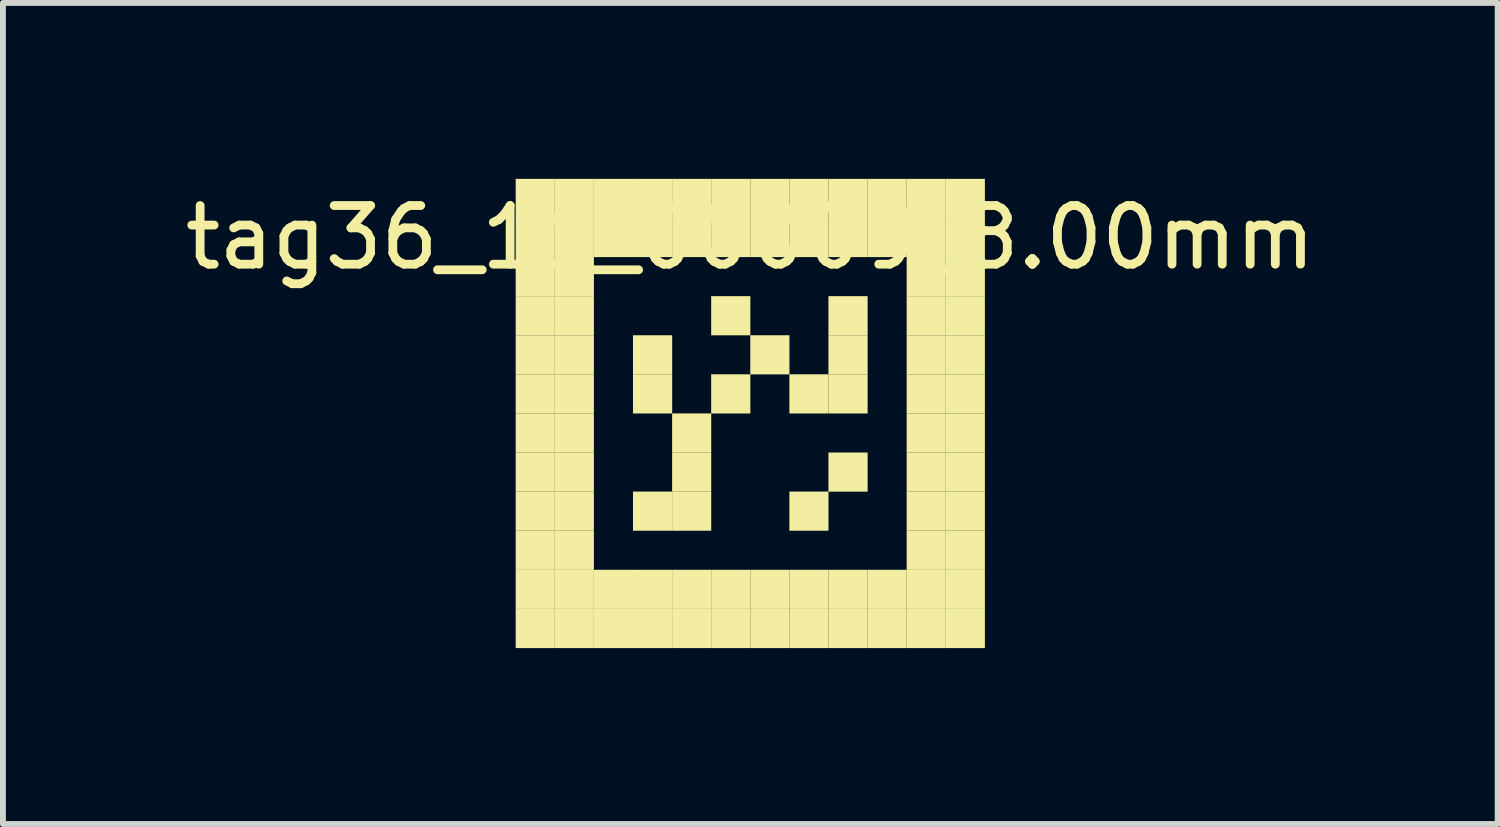
<source format=kicad_pcb>
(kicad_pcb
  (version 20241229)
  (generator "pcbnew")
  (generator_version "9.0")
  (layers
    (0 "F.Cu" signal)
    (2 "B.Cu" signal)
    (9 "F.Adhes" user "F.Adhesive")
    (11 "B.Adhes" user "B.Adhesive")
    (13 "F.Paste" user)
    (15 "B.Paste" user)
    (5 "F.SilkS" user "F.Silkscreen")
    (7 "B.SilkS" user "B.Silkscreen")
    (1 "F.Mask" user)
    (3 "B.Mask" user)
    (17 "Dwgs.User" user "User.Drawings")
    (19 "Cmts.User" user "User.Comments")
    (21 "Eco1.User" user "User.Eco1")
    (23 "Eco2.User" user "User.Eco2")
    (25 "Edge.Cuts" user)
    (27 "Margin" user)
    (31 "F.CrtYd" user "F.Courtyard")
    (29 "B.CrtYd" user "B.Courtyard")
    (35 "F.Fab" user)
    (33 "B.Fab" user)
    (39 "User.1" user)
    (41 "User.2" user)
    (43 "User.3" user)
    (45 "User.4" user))
  (footprint "tag36_11_00009_8.00mm"
    (layer "F.Cu")
    (at 9.744 4)
    (property "Reference" "tag36_11_00009_8.00mm" (at 0 -3 0) (layer "F.SilkS") (effects (font (size 1 1) (thickness 0.15))))
    (attr through_hole)
    (fp_poly (pts (xy -4 -4) (xy -3.333 -4) (xy -3.333 -3.333) (xy -4 -3.333)) (stroke (width 0.001) (type solid)) (fill yes) (layer "F.SilkS"))
    (fp_poly (pts (xy -4 -3.333) (xy -3.333 -3.333) (xy -3.333 -2.667) (xy -4 -2.667)) (stroke (width 0.001) (type solid)) (fill yes) (layer "F.SilkS"))
    (fp_poly (pts (xy -4 -2.667) (xy -3.333 -2.667) (xy -3.333 -2) (xy -4 -2)) (stroke (width 0.001) (type solid)) (fill yes) (layer "F.SilkS"))
    (fp_poly (pts (xy -4 -2) (xy -3.333 -2) (xy -3.333 -1.333) (xy -4 -1.333)) (stroke (width 0.001) (type solid)) (fill yes) (layer "F.SilkS"))
    (fp_poly (pts (xy -4 -1.333) (xy -3.333 -1.333) (xy -3.333 -0.667) (xy -4 -0.667)) (stroke (width 0.001) (type solid)) (fill yes) (layer "F.SilkS"))
    (fp_poly (pts (xy -4 -0.667) (xy -3.333 -0.667) (xy -3.333 0) (xy -4 0)) (stroke (width 0.001) (type solid)) (fill yes) (layer "F.SilkS"))
    (fp_poly (pts (xy -4 0) (xy -3.333 0) (xy -3.333 0.667) (xy -4 0.667)) (stroke (width 0.001) (type solid)) (fill yes) (layer "F.SilkS"))
    (fp_poly (pts (xy -4 0.667) (xy -3.333 0.667) (xy -3.333 1.333) (xy -4 1.333)) (stroke (width 0.001) (type solid)) (fill yes) (layer "F.SilkS"))
    (fp_poly (pts (xy -4 1.333) (xy -3.333 1.333) (xy -3.333 2) (xy -4 2)) (stroke (width 0.001) (type solid)) (fill yes) (layer "F.SilkS"))
    (fp_poly (pts (xy -4 2) (xy -3.333 2) (xy -3.333 2.667) (xy -4 2.667)) (stroke (width 0.001) (type solid)) (fill yes) (layer "F.SilkS"))
    (fp_poly (pts (xy -4 2.667) (xy -3.333 2.667) (xy -3.333 3.333) (xy -4 3.333)) (stroke (width 0.001) (type solid)) (fill yes) (layer "F.SilkS"))
    (fp_poly (pts (xy -4 3.333) (xy -3.333 3.333) (xy -3.333 4) (xy -4 4)) (stroke (width 0.001) (type solid)) (fill yes) (layer "F.SilkS"))
    (fp_poly (pts (xy -3.333 -4) (xy -2.667 -4) (xy -2.667 -3.333) (xy -3.333 -3.333)) (stroke (width 0.001) (type solid)) (fill yes) (layer "F.SilkS"))
    (fp_poly (pts (xy -3.333 -3.333) (xy -2.667 -3.333) (xy -2.667 -2.667) (xy -3.333 -2.667)) (stroke (width 0.001) (type solid)) (fill yes) (layer "F.SilkS"))
    (fp_poly (pts (xy -3.333 -2.667) (xy -2.667 -2.667) (xy -2.667 -2) (xy -3.333 -2)) (stroke (width 0.001) (type solid)) (fill yes) (layer "F.SilkS"))
    (fp_poly (pts (xy -3.333 -2) (xy -2.667 -2) (xy -2.667 -1.333) (xy -3.333 -1.333)) (stroke (width 0.001) (type solid)) (fill yes) (layer "F.SilkS"))
    (fp_poly (pts (xy -3.333 -1.333) (xy -2.667 -1.333) (xy -2.667 -0.667) (xy -3.333 -0.667)) (stroke (width 0.001) (type solid)) (fill yes) (layer "F.SilkS"))
    (fp_poly (pts (xy -3.333 -0.667) (xy -2.667 -0.667) (xy -2.667 0) (xy -3.333 0)) (stroke (width 0.001) (type solid)) (fill yes) (layer "F.SilkS"))
    (fp_poly (pts (xy -3.333 0) (xy -2.667 0) (xy -2.667 0.667) (xy -3.333 0.667)) (stroke (width 0.001) (type solid)) (fill yes) (layer "F.SilkS"))
    (fp_poly (pts (xy -3.333 0.667) (xy -2.667 0.667) (xy -2.667 1.333) (xy -3.333 1.333)) (stroke (width 0.001) (type solid)) (fill yes) (layer "F.SilkS"))
    (fp_poly (pts (xy -3.333 1.333) (xy -2.667 1.333) (xy -2.667 2) (xy -3.333 2)) (stroke (width 0.001) (type solid)) (fill yes) (layer "F.SilkS"))
    (fp_poly (pts (xy -3.333 2) (xy -2.667 2) (xy -2.667 2.667) (xy -3.333 2.667)) (stroke (width 0.001) (type solid)) (fill yes) (layer "F.SilkS"))
    (fp_poly (pts (xy -3.333 2.667) (xy -2.667 2.667) (xy -2.667 3.333) (xy -3.333 3.333)) (stroke (width 0.001) (type solid)) (fill yes) (layer "F.SilkS"))
    (fp_poly (pts (xy -3.333 3.333) (xy -2.667 3.333) (xy -2.667 4) (xy -3.333 4)) (stroke (width 0.001) (type solid)) (fill yes) (layer "F.SilkS"))
    (fp_poly (pts (xy -2.667 -4) (xy -2 -4) (xy -2 -3.333) (xy -2.667 -3.333)) (stroke (width 0.001) (type solid)) (fill yes) (layer "F.SilkS"))
    (fp_poly (pts (xy -2.667 -3.333) (xy -2 -3.333) (xy -2 -2.667) (xy -2.667 -2.667)) (stroke (width 0.001) (type solid)) (fill yes) (layer "F.SilkS"))
    (fp_poly (pts (xy -2.667 2.667) (xy -2 2.667) (xy -2 3.333) (xy -2.667 3.333)) (stroke (width 0.001) (type solid)) (fill yes) (layer "F.SilkS"))
    (fp_poly (pts (xy -2.667 3.333) (xy -2 3.333) (xy -2 4) (xy -2.667 4)) (stroke (width 0.001) (type solid)) (fill yes) (layer "F.SilkS"))
    (fp_poly (pts (xy -2 -4) (xy -1.333 -4) (xy -1.333 -3.333) (xy -2 -3.333)) (stroke (width 0.001) (type solid)) (fill yes) (layer "F.SilkS"))
    (fp_poly (pts (xy -2 -3.333) (xy -1.333 -3.333) (xy -1.333 -2.667) (xy -2 -2.667)) (stroke (width 0.001) (type solid)) (fill yes) (layer "F.SilkS"))
    (fp_poly (pts (xy -2 -1.333) (xy -1.333 -1.333) (xy -1.333 -0.667) (xy -2 -0.667)) (stroke (width 0.001) (type solid)) (fill yes) (layer "F.SilkS"))
    (fp_poly (pts (xy -2 -0.667) (xy -1.333 -0.667) (xy -1.333 0) (xy -2 0)) (stroke (width 0.001) (type solid)) (fill yes) (layer "F.SilkS"))
    (fp_poly (pts (xy -2 1.333) (xy -1.333 1.333) (xy -1.333 2) (xy -2 2)) (stroke (width 0.001) (type solid)) (fill yes) (layer "F.SilkS"))
    (fp_poly (pts (xy -2 2.667) (xy -1.333 2.667) (xy -1.333 3.333) (xy -2 3.333)) (stroke (width 0.001) (type solid)) (fill yes) (layer "F.SilkS"))
    (fp_poly (pts (xy -2 3.333) (xy -1.333 3.333) (xy -1.333 4) (xy -2 4)) (stroke (width 0.001) (type solid)) (fill yes) (layer "F.SilkS"))
    (fp_poly (pts (xy -1.333 -4) (xy -0.667 -4) (xy -0.667 -3.333) (xy -1.333 -3.333)) (stroke (width 0.001) (type solid)) (fill yes) (layer "F.SilkS"))
    (fp_poly (pts (xy -1.333 -3.333) (xy -0.667 -3.333) (xy -0.667 -2.667) (xy -1.333 -2.667)) (stroke (width 0.001) (type solid)) (fill yes) (layer "F.SilkS"))
    (fp_poly (pts (xy -1.333 0) (xy -0.667 0) (xy -0.667 0.667) (xy -1.333 0.667)) (stroke (width 0.001) (type solid)) (fill yes) (layer "F.SilkS"))
    (fp_poly (pts (xy -1.333 0.667) (xy -0.667 0.667) (xy -0.667 1.333) (xy -1.333 1.333)) (stroke (width 0.001) (type solid)) (fill yes) (layer "F.SilkS"))
    (fp_poly (pts (xy -1.333 1.333) (xy -0.667 1.333) (xy -0.667 2) (xy -1.333 2)) (stroke (width 0.001) (type solid)) (fill yes) (layer "F.SilkS"))
    (fp_poly (pts (xy -1.333 2.667) (xy -0.667 2.667) (xy -0.667 3.333) (xy -1.333 3.333)) (stroke (width 0.001) (type solid)) (fill yes) (layer "F.SilkS"))
    (fp_poly (pts (xy -1.333 3.333) (xy -0.667 3.333) (xy -0.667 4) (xy -1.333 4)) (stroke (width 0.001) (type solid)) (fill yes) (layer "F.SilkS"))
    (fp_poly (pts (xy -0.667 -4) (xy 0 -4) (xy 0 -3.333) (xy -0.667 -3.333)) (stroke (width 0.001) (type solid)) (fill yes) (layer "F.SilkS"))
    (fp_poly (pts (xy -0.667 -3.333) (xy 0 -3.333) (xy 0 -2.667) (xy -0.667 -2.667)) (stroke (width 0.001) (type solid)) (fill yes) (layer "F.SilkS"))
    (fp_poly (pts (xy -0.667 -2) (xy 0 -2) (xy 0 -1.333) (xy -0.667 -1.333)) (stroke (width 0.001) (type solid)) (fill yes) (layer "F.SilkS"))
    (fp_poly (pts (xy -0.667 -0.667) (xy 0 -0.667) (xy 0 0) (xy -0.667 0)) (stroke (width 0.001) (type solid)) (fill yes) (layer "F.SilkS"))
    (fp_poly (pts (xy -0.667 2.667) (xy 0 2.667) (xy 0 3.333) (xy -0.667 3.333)) (stroke (width 0.001) (type solid)) (fill yes) (layer "F.SilkS"))
    (fp_poly (pts (xy -0.667 3.333) (xy 0 3.333) (xy 0 4) (xy -0.667 4)) (stroke (width 0.001) (type solid)) (fill yes) (layer "F.SilkS"))
    (fp_poly (pts (xy 0 -4) (xy 0.667 -4) (xy 0.667 -3.333) (xy 0 -3.333)) (stroke (width 0.001) (type solid)) (fill yes) (layer "F.SilkS"))
    (fp_poly (pts (xy 0 -3.333) (xy 0.667 -3.333) (xy 0.667 -2.667) (xy 0 -2.667)) (stroke (width 0.001) (type solid)) (fill yes) (layer "F.SilkS"))
    (fp_poly (pts (xy 0 -1.333) (xy 0.667 -1.333) (xy 0.667 -0.667) (xy 0 -0.667)) (stroke (width 0.001) (type solid)) (fill yes) (layer "F.SilkS"))
    (fp_poly (pts (xy 0 2.667) (xy 0.667 2.667) (xy 0.667 3.333) (xy 0 3.333)) (stroke (width 0.001) (type solid)) (fill yes) (layer "F.SilkS"))
    (fp_poly (pts (xy 0 3.333) (xy 0.667 3.333) (xy 0.667 4) (xy 0 4)) (stroke (width 0.001) (type solid)) (fill yes) (layer "F.SilkS"))
    (fp_poly (pts (xy 0.667 -4) (xy 1.333 -4) (xy 1.333 -3.333) (xy 0.667 -3.333)) (stroke (width 0.001) (type solid)) (fill yes) (layer "F.SilkS"))
    (fp_poly (pts (xy 0.667 -3.333) (xy 1.333 -3.333) (xy 1.333 -2.667) (xy 0.667 -2.667)) (stroke (width 0.001) (type solid)) (fill yes) (layer "F.SilkS"))
    (fp_poly (pts (xy 0.667 -0.667) (xy 1.333 -0.667) (xy 1.333 0) (xy 0.667 0)) (stroke (width 0.001) (type solid)) (fill yes) (layer "F.SilkS"))
    (fp_poly (pts (xy 0.667 1.333) (xy 1.333 1.333) (xy 1.333 2) (xy 0.667 2)) (stroke (width 0.001) (type solid)) (fill yes) (layer "F.SilkS"))
    (fp_poly (pts (xy 0.667 2.667) (xy 1.333 2.667) (xy 1.333 3.333) (xy 0.667 3.333)) (stroke (width 0.001) (type solid)) (fill yes) (layer "F.SilkS"))
    (fp_poly (pts (xy 0.667 3.333) (xy 1.333 3.333) (xy 1.333 4) (xy 0.667 4)) (stroke (width 0.001) (type solid)) (fill yes) (layer "F.SilkS"))
    (fp_poly (pts (xy 1.333 -4) (xy 2 -4) (xy 2 -3.333) (xy 1.333 -3.333)) (stroke (width 0.001) (type solid)) (fill yes) (layer "F.SilkS"))
    (fp_poly (pts (xy 1.333 -3.333) (xy 2 -3.333) (xy 2 -2.667) (xy 1.333 -2.667)) (stroke (width 0.001) (type solid)) (fill yes) (layer "F.SilkS"))
    (fp_poly (pts (xy 1.333 -2) (xy 2 -2) (xy 2 -1.333) (xy 1.333 -1.333)) (stroke (width 0.001) (type solid)) (fill yes) (layer "F.SilkS"))
    (fp_poly (pts (xy 1.333 -1.333) (xy 2 -1.333) (xy 2 -0.667) (xy 1.333 -0.667)) (stroke (width 0.001) (type solid)) (fill yes) (layer "F.SilkS"))
    (fp_poly (pts (xy 1.333 -0.667) (xy 2 -0.667) (xy 2 0) (xy 1.333 0)) (stroke (width 0.001) (type solid)) (fill yes) (layer "F.SilkS"))
    (fp_poly (pts (xy 1.333 0.667) (xy 2 0.667) (xy 2 1.333) (xy 1.333 1.333)) (stroke (width 0.001) (type solid)) (fill yes) (layer "F.SilkS"))
    (fp_poly (pts (xy 1.333 2.667) (xy 2 2.667) (xy 2 3.333) (xy 1.333 3.333)) (stroke (width 0.001) (type solid)) (fill yes) (layer "F.SilkS"))
    (fp_poly (pts (xy 1.333 3.333) (xy 2 3.333) (xy 2 4) (xy 1.333 4)) (stroke (width 0.001) (type solid)) (fill yes) (layer "F.SilkS"))
    (fp_poly (pts (xy 2 -4) (xy 2.667 -4) (xy 2.667 -3.333) (xy 2 -3.333)) (stroke (width 0.001) (type solid)) (fill yes) (layer "F.SilkS"))
    (fp_poly (pts (xy 2 -3.333) (xy 2.667 -3.333) (xy 2.667 -2.667) (xy 2 -2.667)) (stroke (width 0.001) (type solid)) (fill yes) (layer "F.SilkS"))
    (fp_poly (pts (xy 2 2.667) (xy 2.667 2.667) (xy 2.667 3.333) (xy 2 3.333)) (stroke (width 0.001) (type solid)) (fill yes) (layer "F.SilkS"))
    (fp_poly (pts (xy 2 3.333) (xy 2.667 3.333) (xy 2.667 4) (xy 2 4)) (stroke (width 0.001) (type solid)) (fill yes) (layer "F.SilkS"))
    (fp_poly (pts (xy 2.667 -4) (xy 3.333 -4) (xy 3.333 -3.333) (xy 2.667 -3.333)) (stroke (width 0.001) (type solid)) (fill yes) (layer "F.SilkS"))
    (fp_poly (pts (xy 2.667 -3.333) (xy 3.333 -3.333) (xy 3.333 -2.667) (xy 2.667 -2.667)) (stroke (width 0.001) (type solid)) (fill yes) (layer "F.SilkS"))
    (fp_poly (pts (xy 2.667 -2.667) (xy 3.333 -2.667) (xy 3.333 -2) (xy 2.667 -2)) (stroke (width 0.001) (type solid)) (fill yes) (layer "F.SilkS"))
    (fp_poly (pts (xy 2.667 -2) (xy 3.333 -2) (xy 3.333 -1.333) (xy 2.667 -1.333)) (stroke (width 0.001) (type solid)) (fill yes) (layer "F.SilkS"))
    (fp_poly (pts (xy 2.667 -1.333) (xy 3.333 -1.333) (xy 3.333 -0.667) (xy 2.667 -0.667)) (stroke (width 0.001) (type solid)) (fill yes) (layer "F.SilkS"))
    (fp_poly (pts (xy 2.667 -0.667) (xy 3.333 -0.667) (xy 3.333 0) (xy 2.667 0)) (stroke (width 0.001) (type solid)) (fill yes) (layer "F.SilkS"))
    (fp_poly (pts (xy 2.667 0) (xy 3.333 0) (xy 3.333 0.667) (xy 2.667 0.667)) (stroke (width 0.001) (type solid)) (fill yes) (layer "F.SilkS"))
    (fp_poly (pts (xy 2.667 0.667) (xy 3.333 0.667) (xy 3.333 1.333) (xy 2.667 1.333)) (stroke (width 0.001) (type solid)) (fill yes) (layer "F.SilkS"))
    (fp_poly (pts (xy 2.667 1.333) (xy 3.333 1.333) (xy 3.333 2) (xy 2.667 2)) (stroke (width 0.001) (type solid)) (fill yes) (layer "F.SilkS"))
    (fp_poly (pts (xy 2.667 2) (xy 3.333 2) (xy 3.333 2.667) (xy 2.667 2.667)) (stroke (width 0.001) (type solid)) (fill yes) (layer "F.SilkS"))
    (fp_poly (pts (xy 2.667 2.667) (xy 3.333 2.667) (xy 3.333 3.333) (xy 2.667 3.333)) (stroke (width 0.001) (type solid)) (fill yes) (layer "F.SilkS"))
    (fp_poly (pts (xy 2.667 3.333) (xy 3.333 3.333) (xy 3.333 4) (xy 2.667 4)) (stroke (width 0.001) (type solid)) (fill yes) (layer "F.SilkS"))
    (fp_poly (pts (xy 3.333 -4) (xy 4 -4) (xy 4 -3.333) (xy 3.333 -3.333)) (stroke (width 0.001) (type solid)) (fill yes) (layer "F.SilkS"))
    (fp_poly (pts (xy 3.333 -3.333) (xy 4 -3.333) (xy 4 -2.667) (xy 3.333 -2.667)) (stroke (width 0.001) (type solid)) (fill yes) (layer "F.SilkS"))
    (fp_poly (pts (xy 3.333 -2.667) (xy 4 -2.667) (xy 4 -2) (xy 3.333 -2)) (stroke (width 0.001) (type solid)) (fill yes) (layer "F.SilkS"))
    (fp_poly (pts (xy 3.333 -2) (xy 4 -2) (xy 4 -1.333) (xy 3.333 -1.333)) (stroke (width 0.001) (type solid)) (fill yes) (layer "F.SilkS"))
    (fp_poly (pts (xy 3.333 -1.333) (xy 4 -1.333) (xy 4 -0.667) (xy 3.333 -0.667)) (stroke (width 0.001) (type solid)) (fill yes) (layer "F.SilkS"))
    (fp_poly (pts (xy 3.333 -0.667) (xy 4 -0.667) (xy 4 0) (xy 3.333 0)) (stroke (width 0.001) (type solid)) (fill yes) (layer "F.SilkS"))
    (fp_poly (pts (xy 3.333 0) (xy 4 0) (xy 4 0.667) (xy 3.333 0.667)) (stroke (width 0.001) (type solid)) (fill yes) (layer "F.SilkS"))
    (fp_poly (pts (xy 3.333 0.667) (xy 4 0.667) (xy 4 1.333) (xy 3.333 1.333)) (stroke (width 0.001) (type solid)) (fill yes) (layer "F.SilkS"))
    (fp_poly (pts (xy 3.333 1.333) (xy 4 1.333) (xy 4 2) (xy 3.333 2)) (stroke (width 0.001) (type solid)) (fill yes) (layer "F.SilkS"))
    (fp_poly (pts (xy 3.333 2) (xy 4 2) (xy 4 2.667) (xy 3.333 2.667)) (stroke (width 0.001) (type solid)) (fill yes) (layer "F.SilkS"))
    (fp_poly (pts (xy 3.333 2.667) (xy 4 2.667) (xy 4 3.333) (xy 3.333 3.333)) (stroke (width 0.001) (type solid)) (fill yes) (layer "F.SilkS"))
    (fp_poly (pts (xy 3.333 3.333) (xy 4 3.333) (xy 4 4) (xy 3.333 4)) (stroke (width 0.001) (type solid)) (fill yes) (layer "F.SilkS")))
  (gr_rect
    (start -3 -3)
    (end 22.488 11.001)
    (stroke (width 0.1) (type default))
    (fill no)
    (layer "Edge.Cuts")))
</source>
